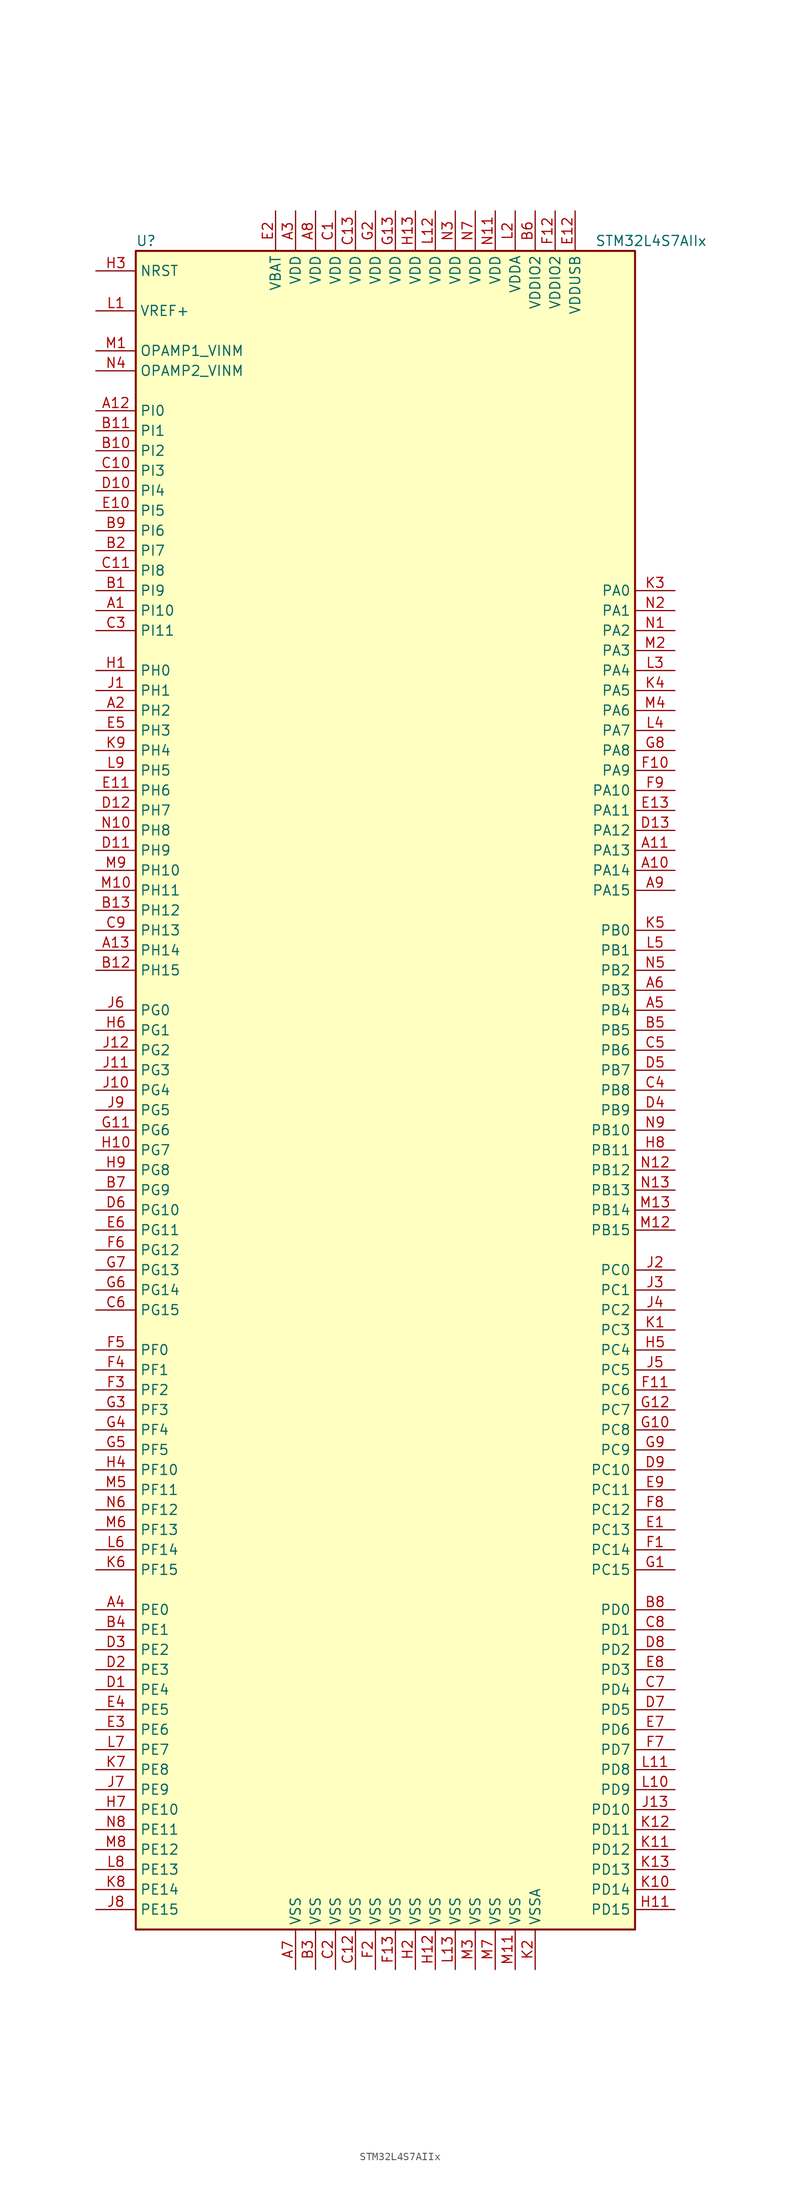
<source format=kicad_sym>
(kicad_symbol_lib
  (version 20211014)
  (generator kicad_symbol_editor)
  (symbol "STM32L4S7AIIx"
    (property "Reference" "U"
      (at -33.02 107.95 0)
      (effects (font (size 1.27 1.27)) (justify left)))
    (property "Value" "STM32L4S7AIIx"
      (at 25.4 107.95 0)
      (effects (font (size 1.27 1.27)) (justify left)))
    (symbol "STM32L4S7AIIx_0_1"
      (rectangle (start -33.02 -106.68) (end 30.48 106.68) (stroke (width 0.254) (type default) (color 0 0 0 0)) (fill (type background))))
    (symbol "STM32L4S7AIIx_1_1"
      (pin bidirectional line (at -38.1 60.96 0) (length 5.08) (name "PI10" (effects (font (size 1.27 1.27)))) (number "A1" (effects (font (size 1.27 1.27)))))
      (pin bidirectional line (at 35.56 27.94 180) (length 5.08) (name "PA14" (effects (font (size 1.27 1.27)))) (number "A10" (effects (font (size 1.27 1.27)))))
      (pin bidirectional line (at 35.56 30.48 180) (length 5.08) (name "PA13" (effects (font (size 1.27 1.27)))) (number "A11" (effects (font (size 1.27 1.27)))))
      (pin bidirectional line (at -38.1 86.36 0) (length 5.08) (name "PI0" (effects (font (size 1.27 1.27)))) (number "A12" (effects (font (size 1.27 1.27)))))
      (pin bidirectional line (at -38.1 17.78 0) (length 5.08) (name "PH14" (effects (font (size 1.27 1.27)))) (number "A13" (effects (font (size 1.27 1.27)))))
      (pin bidirectional line (at -38.1 48.26 0) (length 5.08) (name "PH2" (effects (font (size 1.27 1.27)))) (number "A2" (effects (font (size 1.27 1.27)))))
      (pin power_in line (at -12.7 111.76 270) (length 5.08) (name "VDD" (effects (font (size 1.27 1.27)))) (number "A3" (effects (font (size 1.27 1.27)))))
      (pin bidirectional line (at -38.1 -66.04 0) (length 5.08) (name "PE0" (effects (font (size 1.27 1.27)))) (number "A4" (effects (font (size 1.27 1.27)))))
      (pin bidirectional line (at 35.56 10.16 180) (length 5.08) (name "PB4" (effects (font (size 1.27 1.27)))) (number "A5" (effects (font (size 1.27 1.27)))))
      (pin bidirectional line (at 35.56 12.7 180) (length 5.08) (name "PB3" (effects (font (size 1.27 1.27)))) (number "A6" (effects (font (size 1.27 1.27)))))
      (pin power_in line (at -12.7 -111.76 90) (length 5.08) (name "VSS" (effects (font (size 1.27 1.27)))) (number "A7" (effects (font (size 1.27 1.27)))))
      (pin power_in line (at -10.16 111.76 270) (length 5.08) (name "VDD" (effects (font (size 1.27 1.27)))) (number "A8" (effects (font (size 1.27 1.27)))))
      (pin bidirectional line (at 35.56 25.4 180) (length 5.08) (name "PA15" (effects (font (size 1.27 1.27)))) (number "A9" (effects (font (size 1.27 1.27)))))
      (pin bidirectional line (at -38.1 63.5 0) (length 5.08) (name "PI9" (effects (font (size 1.27 1.27)))) (number "B1" (effects (font (size 1.27 1.27)))))
      (pin bidirectional line (at -38.1 81.28 0) (length 5.08) (name "PI2" (effects (font (size 1.27 1.27)))) (number "B10" (effects (font (size 1.27 1.27)))))
      (pin bidirectional line (at -38.1 83.82 0) (length 5.08) (name "PI1" (effects (font (size 1.27 1.27)))) (number "B11" (effects (font (size 1.27 1.27)))))
      (pin bidirectional line (at -38.1 15.24 0) (length 5.08) (name "PH15" (effects (font (size 1.27 1.27)))) (number "B12" (effects (font (size 1.27 1.27)))))
      (pin bidirectional line (at -38.1 22.86 0) (length 5.08) (name "PH12" (effects (font (size 1.27 1.27)))) (number "B13" (effects (font (size 1.27 1.27)))))
      (pin bidirectional line (at -38.1 68.58 0) (length 5.08) (name "PI7" (effects (font (size 1.27 1.27)))) (number "B2" (effects (font (size 1.27 1.27)))))
      (pin power_in line (at -10.16 -111.76 90) (length 5.08) (name "VSS" (effects (font (size 1.27 1.27)))) (number "B3" (effects (font (size 1.27 1.27)))))
      (pin bidirectional line (at -38.1 -68.58 0) (length 5.08) (name "PE1" (effects (font (size 1.27 1.27)))) (number "B4" (effects (font (size 1.27 1.27)))))
      (pin bidirectional line (at 35.56 7.62 180) (length 5.08) (name "PB5" (effects (font (size 1.27 1.27)))) (number "B5" (effects (font (size 1.27 1.27)))))
      (pin power_in line (at 17.78 111.76 270) (length 5.08) (name "VDDIO2" (effects (font (size 1.27 1.27)))) (number "B6" (effects (font (size 1.27 1.27)))))
      (pin bidirectional line (at -38.1 -12.7 0) (length 5.08) (name "PG9" (effects (font (size 1.27 1.27)))) (number "B7" (effects (font (size 1.27 1.27)))))
      (pin bidirectional line (at 35.56 -66.04 180) (length 5.08) (name "PD0" (effects (font (size 1.27 1.27)))) (number "B8" (effects (font (size 1.27 1.27)))))
      (pin bidirectional line (at -38.1 71.12 0) (length 5.08) (name "PI6" (effects (font (size 1.27 1.27)))) (number "B9" (effects (font (size 1.27 1.27)))))
      (pin power_in line (at -7.62 111.76 270) (length 5.08) (name "VDD" (effects (font (size 1.27 1.27)))) (number "C1" (effects (font (size 1.27 1.27)))))
      (pin bidirectional line (at -38.1 78.74 0) (length 5.08) (name "PI3" (effects (font (size 1.27 1.27)))) (number "C10" (effects (font (size 1.27 1.27)))))
      (pin bidirectional line (at -38.1 66.04 0) (length 5.08) (name "PI8" (effects (font (size 1.27 1.27)))) (number "C11" (effects (font (size 1.27 1.27)))))
      (pin power_in line (at -5.08 -111.76 90) (length 5.08) (name "VSS" (effects (font (size 1.27 1.27)))) (number "C12" (effects (font (size 1.27 1.27)))))
      (pin power_in line (at -5.08 111.76 270) (length 5.08) (name "VDD" (effects (font (size 1.27 1.27)))) (number "C13" (effects (font (size 1.27 1.27)))))
      (pin power_in line (at -7.62 -111.76 90) (length 5.08) (name "VSS" (effects (font (size 1.27 1.27)))) (number "C2" (effects (font (size 1.27 1.27)))))
      (pin bidirectional line (at -38.1 58.42 0) (length 5.08) (name "PI11" (effects (font (size 1.27 1.27)))) (number "C3" (effects (font (size 1.27 1.27)))))
      (pin bidirectional line (at 35.56 0 180) (length 5.08) (name "PB8" (effects (font (size 1.27 1.27)))) (number "C4" (effects (font (size 1.27 1.27)))))
      (pin bidirectional line (at 35.56 5.08 180) (length 5.08) (name "PB6" (effects (font (size 1.27 1.27)))) (number "C5" (effects (font (size 1.27 1.27)))))
      (pin bidirectional line (at -38.1 -27.94 0) (length 5.08) (name "PG15" (effects (font (size 1.27 1.27)))) (number "C6" (effects (font (size 1.27 1.27)))))
      (pin bidirectional line (at 35.56 -76.2 180) (length 5.08) (name "PD4" (effects (font (size 1.27 1.27)))) (number "C7" (effects (font (size 1.27 1.27)))))
      (pin bidirectional line (at 35.56 -68.58 180) (length 5.08) (name "PD1" (effects (font (size 1.27 1.27)))) (number "C8" (effects (font (size 1.27 1.27)))))
      (pin bidirectional line (at -38.1 20.32 0) (length 5.08) (name "PH13" (effects (font (size 1.27 1.27)))) (number "C9" (effects (font (size 1.27 1.27)))))
      (pin bidirectional line (at -38.1 -76.2 0) (length 5.08) (name "PE4" (effects (font (size 1.27 1.27)))) (number "D1" (effects (font (size 1.27 1.27)))))
      (pin bidirectional line (at -38.1 76.2 0) (length 5.08) (name "PI4" (effects (font (size 1.27 1.27)))) (number "D10" (effects (font (size 1.27 1.27)))))
      (pin bidirectional line (at -38.1 30.48 0) (length 5.08) (name "PH9" (effects (font (size 1.27 1.27)))) (number "D11" (effects (font (size 1.27 1.27)))))
      (pin bidirectional line (at -38.1 35.56 0) (length 5.08) (name "PH7" (effects (font (size 1.27 1.27)))) (number "D12" (effects (font (size 1.27 1.27)))))
      (pin bidirectional line (at 35.56 33.02 180) (length 5.08) (name "PA12" (effects (font (size 1.27 1.27)))) (number "D13" (effects (font (size 1.27 1.27)))))
      (pin bidirectional line (at -38.1 -73.66 0) (length 5.08) (name "PE3" (effects (font (size 1.27 1.27)))) (number "D2" (effects (font (size 1.27 1.27)))))
      (pin bidirectional line (at -38.1 -71.12 0) (length 5.08) (name "PE2" (effects (font (size 1.27 1.27)))) (number "D3" (effects (font (size 1.27 1.27)))))
      (pin bidirectional line (at 35.56 -2.54 180) (length 5.08) (name "PB9" (effects (font (size 1.27 1.27)))) (number "D4" (effects (font (size 1.27 1.27)))))
      (pin bidirectional line (at 35.56 2.54 180) (length 5.08) (name "PB7" (effects (font (size 1.27 1.27)))) (number "D5" (effects (font (size 1.27 1.27)))))
      (pin bidirectional line (at -38.1 -15.24 0) (length 5.08) (name "PG10" (effects (font (size 1.27 1.27)))) (number "D6" (effects (font (size 1.27 1.27)))))
      (pin bidirectional line (at 35.56 -78.74 180) (length 5.08) (name "PD5" (effects (font (size 1.27 1.27)))) (number "D7" (effects (font (size 1.27 1.27)))))
      (pin bidirectional line (at 35.56 -71.12 180) (length 5.08) (name "PD2" (effects (font (size 1.27 1.27)))) (number "D8" (effects (font (size 1.27 1.27)))))
      (pin bidirectional line (at 35.56 -48.26 180) (length 5.08) (name "PC10" (effects (font (size 1.27 1.27)))) (number "D9" (effects (font (size 1.27 1.27)))))
      (pin bidirectional line (at 35.56 -55.88 180) (length 5.08) (name "PC13" (effects (font (size 1.27 1.27)))) (number "E1" (effects (font (size 1.27 1.27)))))
      (pin bidirectional line (at -38.1 73.66 0) (length 5.08) (name "PI5" (effects (font (size 1.27 1.27)))) (number "E10" (effects (font (size 1.27 1.27)))))
      (pin bidirectional line (at -38.1 38.1 0) (length 5.08) (name "PH6" (effects (font (size 1.27 1.27)))) (number "E11" (effects (font (size 1.27 1.27)))))
      (pin power_in line (at 22.86 111.76 270) (length 5.08) (name "VDDUSB" (effects (font (size 1.27 1.27)))) (number "E12" (effects (font (size 1.27 1.27)))))
      (pin bidirectional line (at 35.56 35.56 180) (length 5.08) (name "PA11" (effects (font (size 1.27 1.27)))) (number "E13" (effects (font (size 1.27 1.27)))))
      (pin power_in line (at -15.24 111.76 270) (length 5.08) (name "VBAT" (effects (font (size 1.27 1.27)))) (number "E2" (effects (font (size 1.27 1.27)))))
      (pin bidirectional line (at -38.1 -81.28 0) (length 5.08) (name "PE6" (effects (font (size 1.27 1.27)))) (number "E3" (effects (font (size 1.27 1.27)))))
      (pin bidirectional line (at -38.1 -78.74 0) (length 5.08) (name "PE5" (effects (font (size 1.27 1.27)))) (number "E4" (effects (font (size 1.27 1.27)))))
      (pin bidirectional line (at -38.1 45.72 0) (length 5.08) (name "PH3" (effects (font (size 1.27 1.27)))) (number "E5" (effects (font (size 1.27 1.27)))))
      (pin bidirectional line (at -38.1 -17.78 0) (length 5.08) (name "PG11" (effects (font (size 1.27 1.27)))) (number "E6" (effects (font (size 1.27 1.27)))))
      (pin bidirectional line (at 35.56 -81.28 180) (length 5.08) (name "PD6" (effects (font (size 1.27 1.27)))) (number "E7" (effects (font (size 1.27 1.27)))))
      (pin bidirectional line (at 35.56 -73.66 180) (length 5.08) (name "PD3" (effects (font (size 1.27 1.27)))) (number "E8" (effects (font (size 1.27 1.27)))))
      (pin bidirectional line (at 35.56 -50.8 180) (length 5.08) (name "PC11" (effects (font (size 1.27 1.27)))) (number "E9" (effects (font (size 1.27 1.27)))))
      (pin bidirectional line (at 35.56 -58.42 180) (length 5.08) (name "PC14" (effects (font (size 1.27 1.27)))) (number "F1" (effects (font (size 1.27 1.27)))))
      (pin bidirectional line (at 35.56 40.64 180) (length 5.08) (name "PA9" (effects (font (size 1.27 1.27)))) (number "F10" (effects (font (size 1.27 1.27)))))
      (pin bidirectional line (at 35.56 -38.1 180) (length 5.08) (name "PC6" (effects (font (size 1.27 1.27)))) (number "F11" (effects (font (size 1.27 1.27)))))
      (pin power_in line (at 20.32 111.76 270) (length 5.08) (name "VDDIO2" (effects (font (size 1.27 1.27)))) (number "F12" (effects (font (size 1.27 1.27)))))
      (pin power_in line (at 0 -111.76 90) (length 5.08) (name "VSS" (effects (font (size 1.27 1.27)))) (number "F13" (effects (font (size 1.27 1.27)))))
      (pin power_in line (at -2.54 -111.76 90) (length 5.08) (name "VSS" (effects (font (size 1.27 1.27)))) (number "F2" (effects (font (size 1.27 1.27)))))
      (pin bidirectional line (at -38.1 -38.1 0) (length 5.08) (name "PF2" (effects (font (size 1.27 1.27)))) (number "F3" (effects (font (size 1.27 1.27)))))
      (pin bidirectional line (at -38.1 -35.56 0) (length 5.08) (name "PF1" (effects (font (size 1.27 1.27)))) (number "F4" (effects (font (size 1.27 1.27)))))
      (pin bidirectional line (at -38.1 -33.02 0) (length 5.08) (name "PF0" (effects (font (size 1.27 1.27)))) (number "F5" (effects (font (size 1.27 1.27)))))
      (pin bidirectional line (at -38.1 -20.32 0) (length 5.08) (name "PG12" (effects (font (size 1.27 1.27)))) (number "F6" (effects (font (size 1.27 1.27)))))
      (pin bidirectional line (at 35.56 -83.82 180) (length 5.08) (name "PD7" (effects (font (size 1.27 1.27)))) (number "F7" (effects (font (size 1.27 1.27)))))
      (pin bidirectional line (at 35.56 -53.34 180) (length 5.08) (name "PC12" (effects (font (size 1.27 1.27)))) (number "F8" (effects (font (size 1.27 1.27)))))
      (pin bidirectional line (at 35.56 38.1 180) (length 5.08) (name "PA10" (effects (font (size 1.27 1.27)))) (number "F9" (effects (font (size 1.27 1.27)))))
      (pin bidirectional line (at 35.56 -60.96 180) (length 5.08) (name "PC15" (effects (font (size 1.27 1.27)))) (number "G1" (effects (font (size 1.27 1.27)))))
      (pin bidirectional line (at 35.56 -43.18 180) (length 5.08) (name "PC8" (effects (font (size 1.27 1.27)))) (number "G10" (effects (font (size 1.27 1.27)))))
      (pin bidirectional line (at -38.1 -5.08 0) (length 5.08) (name "PG6" (effects (font (size 1.27 1.27)))) (number "G11" (effects (font (size 1.27 1.27)))))
      (pin bidirectional line (at 35.56 -40.64 180) (length 5.08) (name "PC7" (effects (font (size 1.27 1.27)))) (number "G12" (effects (font (size 1.27 1.27)))))
      (pin power_in line (at 0 111.76 270) (length 5.08) (name "VDD" (effects (font (size 1.27 1.27)))) (number "G13" (effects (font (size 1.27 1.27)))))
      (pin power_in line (at -2.54 111.76 270) (length 5.08) (name "VDD" (effects (font (size 1.27 1.27)))) (number "G2" (effects (font (size 1.27 1.27)))))
      (pin bidirectional line (at -38.1 -40.64 0) (length 5.08) (name "PF3" (effects (font (size 1.27 1.27)))) (number "G3" (effects (font (size 1.27 1.27)))))
      (pin bidirectional line (at -38.1 -43.18 0) (length 5.08) (name "PF4" (effects (font (size 1.27 1.27)))) (number "G4" (effects (font (size 1.27 1.27)))))
      (pin bidirectional line (at -38.1 -45.72 0) (length 5.08) (name "PF5" (effects (font (size 1.27 1.27)))) (number "G5" (effects (font (size 1.27 1.27)))))
      (pin bidirectional line (at -38.1 -25.4 0) (length 5.08) (name "PG14" (effects (font (size 1.27 1.27)))) (number "G6" (effects (font (size 1.27 1.27)))))
      (pin bidirectional line (at -38.1 -22.86 0) (length 5.08) (name "PG13" (effects (font (size 1.27 1.27)))) (number "G7" (effects (font (size 1.27 1.27)))))
      (pin bidirectional line (at 35.56 43.18 180) (length 5.08) (name "PA8" (effects (font (size 1.27 1.27)))) (number "G8" (effects (font (size 1.27 1.27)))))
      (pin bidirectional line (at 35.56 -45.72 180) (length 5.08) (name "PC9" (effects (font (size 1.27 1.27)))) (number "G9" (effects (font (size 1.27 1.27)))))
      (pin input line (at -38.1 53.34 0) (length 5.08) (name "PH0" (effects (font (size 1.27 1.27)))) (number "H1" (effects (font (size 1.27 1.27)))))
      (pin bidirectional line (at -38.1 -7.62 0) (length 5.08) (name "PG7" (effects (font (size 1.27 1.27)))) (number "H10" (effects (font (size 1.27 1.27)))))
      (pin bidirectional line (at 35.56 -104.14 180) (length 5.08) (name "PD15" (effects (font (size 1.27 1.27)))) (number "H11" (effects (font (size 1.27 1.27)))))
      (pin power_in line (at 5.08 -111.76 90) (length 5.08) (name "VSS" (effects (font (size 1.27 1.27)))) (number "H12" (effects (font (size 1.27 1.27)))))
      (pin power_in line (at 2.54 111.76 270) (length 5.08) (name "VDD" (effects (font (size 1.27 1.27)))) (number "H13" (effects (font (size 1.27 1.27)))))
      (pin power_in line (at 2.54 -111.76 90) (length 5.08) (name "VSS" (effects (font (size 1.27 1.27)))) (number "H2" (effects (font (size 1.27 1.27)))))
      (pin input line (at -38.1 104.14 0) (length 5.08) (name "NRST" (effects (font (size 1.27 1.27)))) (number "H3" (effects (font (size 1.27 1.27)))))
      (pin bidirectional line (at -38.1 -48.26 0) (length 5.08) (name "PF10" (effects (font (size 1.27 1.27)))) (number "H4" (effects (font (size 1.27 1.27)))))
      (pin bidirectional line (at 35.56 -33.02 180) (length 5.08) (name "PC4" (effects (font (size 1.27 1.27)))) (number "H5" (effects (font (size 1.27 1.27)))))
      (pin bidirectional line (at -38.1 7.62 0) (length 5.08) (name "PG1" (effects (font (size 1.27 1.27)))) (number "H6" (effects (font (size 1.27 1.27)))))
      (pin bidirectional line (at -38.1 -91.44 0) (length 5.08) (name "PE10" (effects (font (size 1.27 1.27)))) (number "H7" (effects (font (size 1.27 1.27)))))
      (pin bidirectional line (at 35.56 -7.62 180) (length 5.08) (name "PB11" (effects (font (size 1.27 1.27)))) (number "H8" (effects (font (size 1.27 1.27)))))
      (pin bidirectional line (at -38.1 -10.16 0) (length 5.08) (name "PG8" (effects (font (size 1.27 1.27)))) (number "H9" (effects (font (size 1.27 1.27)))))
      (pin input line (at -38.1 50.8 0) (length 5.08) (name "PH1" (effects (font (size 1.27 1.27)))) (number "J1" (effects (font (size 1.27 1.27)))))
      (pin bidirectional line (at -38.1 0 0) (length 5.08) (name "PG4" (effects (font (size 1.27 1.27)))) (number "J10" (effects (font (size 1.27 1.27)))))
      (pin bidirectional line (at -38.1 2.54 0) (length 5.08) (name "PG3" (effects (font (size 1.27 1.27)))) (number "J11" (effects (font (size 1.27 1.27)))))
      (pin bidirectional line (at -38.1 5.08 0) (length 5.08) (name "PG2" (effects (font (size 1.27 1.27)))) (number "J12" (effects (font (size 1.27 1.27)))))
      (pin bidirectional line (at 35.56 -91.44 180) (length 5.08) (name "PD10" (effects (font (size 1.27 1.27)))) (number "J13" (effects (font (size 1.27 1.27)))))
      (pin bidirectional line (at 35.56 -22.86 180) (length 5.08) (name "PC0" (effects (font (size 1.27 1.27)))) (number "J2" (effects (font (size 1.27 1.27)))))
      (pin bidirectional line (at 35.56 -25.4 180) (length 5.08) (name "PC1" (effects (font (size 1.27 1.27)))) (number "J3" (effects (font (size 1.27 1.27)))))
      (pin bidirectional line (at 35.56 -27.94 180) (length 5.08) (name "PC2" (effects (font (size 1.27 1.27)))) (number "J4" (effects (font (size 1.27 1.27)))))
      (pin bidirectional line (at 35.56 -35.56 180) (length 5.08) (name "PC5" (effects (font (size 1.27 1.27)))) (number "J5" (effects (font (size 1.27 1.27)))))
      (pin bidirectional line (at -38.1 10.16 0) (length 5.08) (name "PG0" (effects (font (size 1.27 1.27)))) (number "J6" (effects (font (size 1.27 1.27)))))
      (pin bidirectional line (at -38.1 -88.9 0) (length 5.08) (name "PE9" (effects (font (size 1.27 1.27)))) (number "J7" (effects (font (size 1.27 1.27)))))
      (pin bidirectional line (at -38.1 -104.14 0) (length 5.08) (name "PE15" (effects (font (size 1.27 1.27)))) (number "J8" (effects (font (size 1.27 1.27)))))
      (pin bidirectional line (at -38.1 -2.54 0) (length 5.08) (name "PG5" (effects (font (size 1.27 1.27)))) (number "J9" (effects (font (size 1.27 1.27)))))
      (pin bidirectional line (at 35.56 -30.48 180) (length 5.08) (name "PC3" (effects (font (size 1.27 1.27)))) (number "K1" (effects (font (size 1.27 1.27)))))
      (pin bidirectional line (at 35.56 -101.6 180) (length 5.08) (name "PD14" (effects (font (size 1.27 1.27)))) (number "K10" (effects (font (size 1.27 1.27)))))
      (pin bidirectional line (at 35.56 -96.52 180) (length 5.08) (name "PD12" (effects (font (size 1.27 1.27)))) (number "K11" (effects (font (size 1.27 1.27)))))
      (pin bidirectional line (at 35.56 -93.98 180) (length 5.08) (name "PD11" (effects (font (size 1.27 1.27)))) (number "K12" (effects (font (size 1.27 1.27)))))
      (pin bidirectional line (at 35.56 -99.06 180) (length 5.08) (name "PD13" (effects (font (size 1.27 1.27)))) (number "K13" (effects (font (size 1.27 1.27)))))
      (pin power_in line (at 17.78 -111.76 90) (length 5.08) (name "VSSA" (effects (font (size 1.27 1.27)))) (number "K2" (effects (font (size 1.27 1.27)))))
      (pin bidirectional line (at 35.56 63.5 180) (length 5.08) (name "PA0" (effects (font (size 1.27 1.27)))) (number "K3" (effects (font (size 1.27 1.27)))))
      (pin bidirectional line (at 35.56 50.8 180) (length 5.08) (name "PA5" (effects (font (size 1.27 1.27)))) (number "K4" (effects (font (size 1.27 1.27)))))
      (pin bidirectional line (at 35.56 20.32 180) (length 5.08) (name "PB0" (effects (font (size 1.27 1.27)))) (number "K5" (effects (font (size 1.27 1.27)))))
      (pin bidirectional line (at -38.1 -60.96 0) (length 5.08) (name "PF15" (effects (font (size 1.27 1.27)))) (number "K6" (effects (font (size 1.27 1.27)))))
      (pin bidirectional line (at -38.1 -86.36 0) (length 5.08) (name "PE8" (effects (font (size 1.27 1.27)))) (number "K7" (effects (font (size 1.27 1.27)))))
      (pin bidirectional line (at -38.1 -101.6 0) (length 5.08) (name "PE14" (effects (font (size 1.27 1.27)))) (number "K8" (effects (font (size 1.27 1.27)))))
      (pin bidirectional line (at -38.1 43.18 0) (length 5.08) (name "PH4" (effects (font (size 1.27 1.27)))) (number "K9" (effects (font (size 1.27 1.27)))))
      (pin bidirectional line (at -38.1 99.06 0) (length 5.08) (name "VREF+" (effects (font (size 1.27 1.27)))) (number "L1" (effects (font (size 1.27 1.27)))))
      (pin bidirectional line (at 35.56 -88.9 180) (length 5.08) (name "PD9" (effects (font (size 1.27 1.27)))) (number "L10" (effects (font (size 1.27 1.27)))))
      (pin bidirectional line (at 35.56 -86.36 180) (length 5.08) (name "PD8" (effects (font (size 1.27 1.27)))) (number "L11" (effects (font (size 1.27 1.27)))))
      (pin power_in line (at 5.08 111.76 270) (length 5.08) (name "VDD" (effects (font (size 1.27 1.27)))) (number "L12" (effects (font (size 1.27 1.27)))))
      (pin power_in line (at 7.62 -111.76 90) (length 5.08) (name "VSS" (effects (font (size 1.27 1.27)))) (number "L13" (effects (font (size 1.27 1.27)))))
      (pin power_in line (at 15.24 111.76 270) (length 5.08) (name "VDDA" (effects (font (size 1.27 1.27)))) (number "L2" (effects (font (size 1.27 1.27)))))
      (pin bidirectional line (at 35.56 53.34 180) (length 5.08) (name "PA4" (effects (font (size 1.27 1.27)))) (number "L3" (effects (font (size 1.27 1.27)))))
      (pin bidirectional line (at 35.56 45.72 180) (length 5.08) (name "PA7" (effects (font (size 1.27 1.27)))) (number "L4" (effects (font (size 1.27 1.27)))))
      (pin bidirectional line (at 35.56 17.78 180) (length 5.08) (name "PB1" (effects (font (size 1.27 1.27)))) (number "L5" (effects (font (size 1.27 1.27)))))
      (pin bidirectional line (at -38.1 -58.42 0) (length 5.08) (name "PF14" (effects (font (size 1.27 1.27)))) (number "L6" (effects (font (size 1.27 1.27)))))
      (pin bidirectional line (at -38.1 -83.82 0) (length 5.08) (name "PE7" (effects (font (size 1.27 1.27)))) (number "L7" (effects (font (size 1.27 1.27)))))
      (pin bidirectional line (at -38.1 -99.06 0) (length 5.08) (name "PE13" (effects (font (size 1.27 1.27)))) (number "L8" (effects (font (size 1.27 1.27)))))
      (pin bidirectional line (at -38.1 40.64 0) (length 5.08) (name "PH5" (effects (font (size 1.27 1.27)))) (number "L9" (effects (font (size 1.27 1.27)))))
      (pin bidirectional line (at -38.1 93.98 0) (length 5.08) (name "OPAMP1_VINM" (effects (font (size 1.27 1.27)))) (number "M1" (effects (font (size 1.27 1.27)))))
      (pin bidirectional line (at -38.1 25.4 0) (length 5.08) (name "PH11" (effects (font (size 1.27 1.27)))) (number "M10" (effects (font (size 1.27 1.27)))))
      (pin power_in line (at 15.24 -111.76 90) (length 5.08) (name "VSS" (effects (font (size 1.27 1.27)))) (number "M11" (effects (font (size 1.27 1.27)))))
      (pin bidirectional line (at 35.56 -17.78 180) (length 5.08) (name "PB15" (effects (font (size 1.27 1.27)))) (number "M12" (effects (font (size 1.27 1.27)))))
      (pin bidirectional line (at 35.56 -15.24 180) (length 5.08) (name "PB14" (effects (font (size 1.27 1.27)))) (number "M13" (effects (font (size 1.27 1.27)))))
      (pin bidirectional line (at 35.56 55.88 180) (length 5.08) (name "PA3" (effects (font (size 1.27 1.27)))) (number "M2" (effects (font (size 1.27 1.27)))))
      (pin power_in line (at 10.16 -111.76 90) (length 5.08) (name "VSS" (effects (font (size 1.27 1.27)))) (number "M3" (effects (font (size 1.27 1.27)))))
      (pin bidirectional line (at 35.56 48.26 180) (length 5.08) (name "PA6" (effects (font (size 1.27 1.27)))) (number "M4" (effects (font (size 1.27 1.27)))))
      (pin bidirectional line (at -38.1 -50.8 0) (length 5.08) (name "PF11" (effects (font (size 1.27 1.27)))) (number "M5" (effects (font (size 1.27 1.27)))))
      (pin bidirectional line (at -38.1 -55.88 0) (length 5.08) (name "PF13" (effects (font (size 1.27 1.27)))) (number "M6" (effects (font (size 1.27 1.27)))))
      (pin power_in line (at 12.7 -111.76 90) (length 5.08) (name "VSS" (effects (font (size 1.27 1.27)))) (number "M7" (effects (font (size 1.27 1.27)))))
      (pin bidirectional line (at -38.1 -96.52 0) (length 5.08) (name "PE12" (effects (font (size 1.27 1.27)))) (number "M8" (effects (font (size 1.27 1.27)))))
      (pin bidirectional line (at -38.1 27.94 0) (length 5.08) (name "PH10" (effects (font (size 1.27 1.27)))) (number "M9" (effects (font (size 1.27 1.27)))))
      (pin bidirectional line (at 35.56 58.42 180) (length 5.08) (name "PA2" (effects (font (size 1.27 1.27)))) (number "N1" (effects (font (size 1.27 1.27)))))
      (pin bidirectional line (at -38.1 33.02 0) (length 5.08) (name "PH8" (effects (font (size 1.27 1.27)))) (number "N10" (effects (font (size 1.27 1.27)))))
      (pin power_in line (at 12.7 111.76 270) (length 5.08) (name "VDD" (effects (font (size 1.27 1.27)))) (number "N11" (effects (font (size 1.27 1.27)))))
      (pin bidirectional line (at 35.56 -10.16 180) (length 5.08) (name "PB12" (effects (font (size 1.27 1.27)))) (number "N12" (effects (font (size 1.27 1.27)))))
      (pin bidirectional line (at 35.56 -12.7 180) (length 5.08) (name "PB13" (effects (font (size 1.27 1.27)))) (number "N13" (effects (font (size 1.27 1.27)))))
      (pin bidirectional line (at 35.56 60.96 180) (length 5.08) (name "PA1" (effects (font (size 1.27 1.27)))) (number "N2" (effects (font (size 1.27 1.27)))))
      (pin power_in line (at 7.62 111.76 270) (length 5.08) (name "VDD" (effects (font (size 1.27 1.27)))) (number "N3" (effects (font (size 1.27 1.27)))))
      (pin bidirectional line (at -38.1 91.44 0) (length 5.08) (name "OPAMP2_VINM" (effects (font (size 1.27 1.27)))) (number "N4" (effects (font (size 1.27 1.27)))))
      (pin bidirectional line (at 35.56 15.24 180) (length 5.08) (name "PB2" (effects (font (size 1.27 1.27)))) (number "N5" (effects (font (size 1.27 1.27)))))
      (pin bidirectional line (at -38.1 -53.34 0) (length 5.08) (name "PF12" (effects (font (size 1.27 1.27)))) (number "N6" (effects (font (size 1.27 1.27)))))
      (pin power_in line (at 10.16 111.76 270) (length 5.08) (name "VDD" (effects (font (size 1.27 1.27)))) (number "N7" (effects (font (size 1.27 1.27)))))
      (pin bidirectional line (at -38.1 -93.98 0) (length 5.08) (name "PE11" (effects (font (size 1.27 1.27)))) (number "N8" (effects (font (size 1.27 1.27)))))
      (pin bidirectional line (at 35.56 -5.08 180) (length 5.08) (name "PB10" (effects (font (size 1.27 1.27)))) (number "N9" (effects (font (size 1.27 1.27))))))))
</source>
